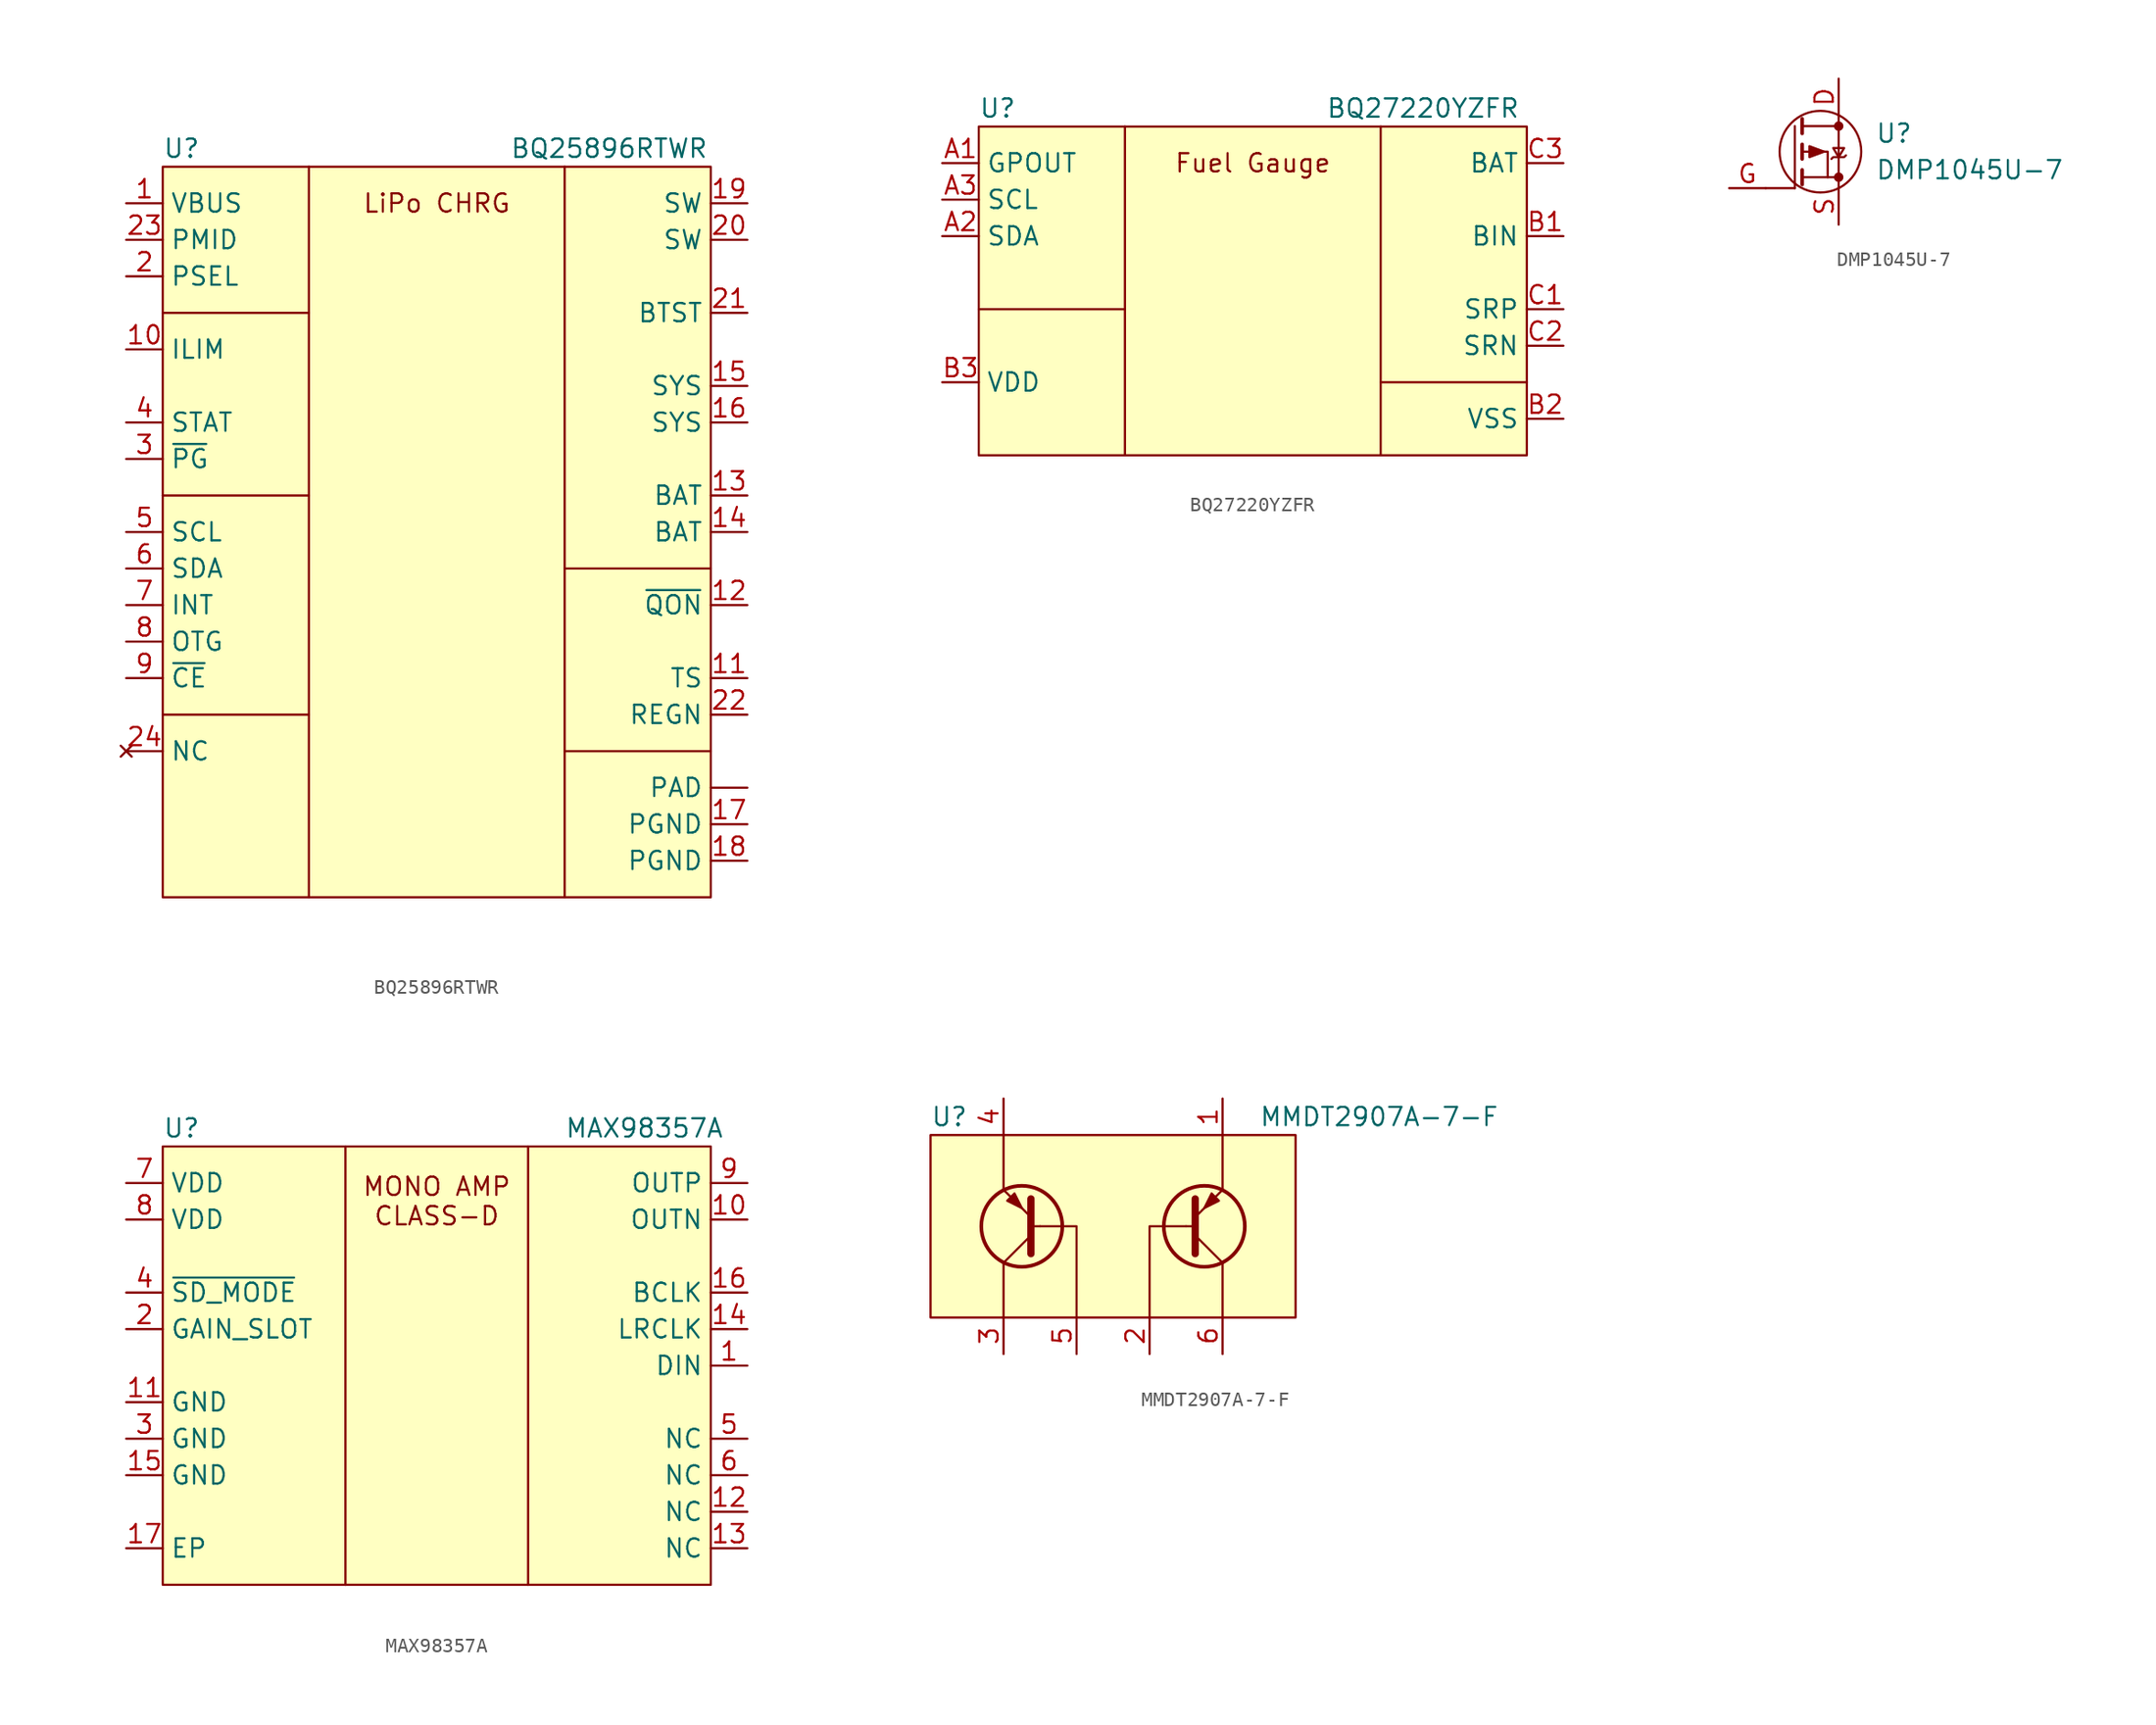
<source format=kicad_sym>
(kicad_symbol_lib
  (version 20231120)
  (generator "kicad_symbol_editor")
  (generator_version "8.0")
  (symbol "BQ25896RTWR"
    (property "Reference" "U"
      (at 0 1.27 0)
      (do_not_autoplace)
      (effects (font (size 1.27 1.27)) (justify left)))
    (property "Value" "BQ25896RTWR"
      (at 24.13 1.27 0)
      (do_not_autoplace)
      (effects (font (size 1.27 1.27)) (justify left)))
    (symbol "BQ25896RTWR_0_1"
      (polyline (pts (xy 0 -38.1) (xy 10.16 -38.1)) (stroke (width 0) (type default)) (fill (type none)))
      (polyline (pts (xy 0 -22.86) (xy 0 -22.86)) (stroke (width 0) (type default)) (fill (type none)))
      (polyline (pts (xy 0 -22.86) (xy 10.16 -22.86)) (stroke (width 0) (type default)) (fill (type none)))
      (polyline (pts (xy 0 -10.16) (xy 10.16 -10.16)) (stroke (width 0) (type default)) (fill (type none)))
      (polyline (pts (xy 10.16 0) (xy 10.16 -50.8)) (stroke (width 0) (type default)) (fill (type none)))
      (polyline (pts (xy 27.94 -50.8) (xy 27.94 0)) (stroke (width 0) (type default)) (fill (type none)))
      (polyline (pts (xy 38.1 -40.64) (xy 27.94 -40.64)) (stroke (width 0) (type default)) (fill (type none)))
      (polyline (pts (xy 38.1 -27.94) (xy 27.94 -27.94)) (stroke (width 0) (type default)) (fill (type none))))
    (symbol "BQ25896RTWR_1_1"
      (rectangle (start 0 0) (end 38.1 -50.8) (stroke (width 0) (type default)) (fill (type background)))
      (text "LiPo CHRG" (at 19.05 -2.54 0) (effects (font (size 1.27 1.27))))
      (pin unspecified line (at 40.64 -43.18 180) (length 2.54) (name "PAD" (effects (font (size 1.27 1.27)))) (number "" (effects (font (size 1.27 1.27)))))
      (pin unspecified line (at -2.54 -2.54 0) (length 2.54) (name "VBUS" (effects (font (size 1.27 1.27)))) (number "1" (effects (font (size 1.27 1.27)))))
      (pin unspecified line (at -2.54 -12.7 0) (length 2.54) (name "ILIM" (effects (font (size 1.27 1.27)))) (number "10" (effects (font (size 1.27 1.27)))))
      (pin unspecified line (at 40.64 -35.56 180) (length 2.54) (name "TS" (effects (font (size 1.27 1.27)))) (number "11" (effects (font (size 1.27 1.27)))))
      (pin unspecified line (at 40.64 -30.48 180) (length 2.54) (name "~{QON}" (effects (font (size 1.27 1.27)))) (number "12" (effects (font (size 1.27 1.27)))))
      (pin unspecified line (at 40.64 -22.86 180) (length 2.54) (name "BAT" (effects (font (size 1.27 1.27)))) (number "13" (effects (font (size 1.27 1.27)))))
      (pin unspecified line (at 40.64 -25.4 180) (length 2.54) (name "BAT" (effects (font (size 1.27 1.27)))) (number "14" (effects (font (size 1.27 1.27)))))
      (pin unspecified line (at 40.64 -15.24 180) (length 2.54) (name "SYS" (effects (font (size 1.27 1.27)))) (number "15" (effects (font (size 1.27 1.27)))))
      (pin unspecified line (at 40.64 -17.78 180) (length 2.54) (name "SYS" (effects (font (size 1.27 1.27)))) (number "16" (effects (font (size 1.27 1.27)))))
      (pin unspecified line (at 40.64 -45.72 180) (length 2.54) (name "PGND" (effects (font (size 1.27 1.27)))) (number "17" (effects (font (size 1.27 1.27)))))
      (pin unspecified line (at 40.64 -48.26 180) (length 2.54) (name "PGND" (effects (font (size 1.27 1.27)))) (number "18" (effects (font (size 1.27 1.27)))))
      (pin unspecified line (at 40.64 -2.54 180) (length 2.54) (name "SW" (effects (font (size 1.27 1.27)))) (number "19" (effects (font (size 1.27 1.27)))))
      (pin unspecified line (at -2.54 -7.62 0) (length 2.54) (name "PSEL" (effects (font (size 1.27 1.27)))) (number "2" (effects (font (size 1.27 1.27)))))
      (pin unspecified line (at 40.64 -5.08 180) (length 2.54) (name "SW" (effects (font (size 1.27 1.27)))) (number "20" (effects (font (size 1.27 1.27)))))
      (pin unspecified line (at 40.64 -10.16 180) (length 2.54) (name "BTST" (effects (font (size 1.27 1.27)))) (number "21" (effects (font (size 1.27 1.27)))))
      (pin unspecified line (at 40.64 -38.1 180) (length 2.54) (name "REGN" (effects (font (size 1.27 1.27)))) (number "22" (effects (font (size 1.27 1.27)))))
      (pin unspecified line (at -2.54 -5.08 0) (length 2.54) (name "PMID" (effects (font (size 1.27 1.27)))) (number "23" (effects (font (size 1.27 1.27)))))
      (pin no_connect line (at -2.54 -40.64 0) (length 2.54) (name "NC" (effects (font (size 1.27 1.27)))) (number "24" (effects (font (size 1.27 1.27)))))
      (pin unspecified line (at -2.54 -20.32 0) (length 2.54) (name "~{PG}" (effects (font (size 1.27 1.27)))) (number "3" (effects (font (size 1.27 1.27)))))
      (pin unspecified line (at -2.54 -17.78 0) (length 2.54) (name "STAT" (effects (font (size 1.27 1.27)))) (number "4" (effects (font (size 1.27 1.27)))))
      (pin unspecified line (at -2.54 -25.4 0) (length 2.54) (name "SCL" (effects (font (size 1.27 1.27)))) (number "5" (effects (font (size 1.27 1.27)))))
      (pin unspecified line (at -2.54 -27.94 0) (length 2.54) (name "SDA" (effects (font (size 1.27 1.27)))) (number "6" (effects (font (size 1.27 1.27)))))
      (pin unspecified line (at -2.54 -30.48 0) (length 2.54) (name "INT" (effects (font (size 1.27 1.27)))) (number "7" (effects (font (size 1.27 1.27)))))
      (pin unspecified line (at -2.54 -33.02 0) (length 2.54) (name "OTG" (effects (font (size 1.27 1.27)))) (number "8" (effects (font (size 1.27 1.27)))))
      (pin unspecified line (at -2.54 -35.56 0) (length 2.54) (name "~{CE}" (effects (font (size 1.27 1.27)))) (number "9" (effects (font (size 1.27 1.27)))))))
  (symbol "BQ27220YZFR"
    (property "Reference" "U"
      (at 0 1.27 0)
      (do_not_autoplace)
      (effects (font (size 1.27 1.27)) (justify left)))
    (property "Value" "BQ27220YZFR"
      (at 24.13 1.27 0)
      (do_not_autoplace)
      (effects (font (size 1.27 1.27)) (justify left)))
    (symbol "BQ27220YZFR_0_1"
      (polyline (pts (xy 10.16 -12.7) (xy 0 -12.7)) (stroke (width 0) (type default)) (fill (type none)))
      (polyline (pts (xy 10.16 0) (xy 10.16 -22.86)) (stroke (width 0) (type default)) (fill (type none)))
      (polyline (pts (xy 27.94 0) (xy 27.94 -22.86)) (stroke (width 0) (type default)) (fill (type none)))
      (polyline (pts (xy 38.1 -17.78) (xy 27.94 -17.78)) (stroke (width 0) (type default)) (fill (type none))))
    (symbol "BQ27220YZFR_1_1"
      (rectangle (start 0 0) (end 38.1 -22.86) (stroke (width 0) (type default)) (fill (type background)))
      (text "Fuel Gauge" (at 19.05 -2.54 0) (effects (font (size 1.27 1.27))))
      (pin unspecified line (at -2.54 -2.54 0) (length 2.54) (name "GPOUT" (effects (font (size 1.27 1.27)))) (number "A1" (effects (font (size 1.27 1.27)))))
      (pin unspecified line (at -2.54 -7.62 0) (length 2.54) (name "SDA" (effects (font (size 1.27 1.27)))) (number "A2" (effects (font (size 1.27 1.27)))))
      (pin unspecified line (at -2.54 -5.08 0) (length 2.54) (name "SCL" (effects (font (size 1.27 1.27)))) (number "A3" (effects (font (size 1.27 1.27)))))
      (pin unspecified line (at 40.64 -7.62 180) (length 2.54) (name "BIN" (effects (font (size 1.27 1.27)))) (number "B1" (effects (font (size 1.27 1.27)))))
      (pin unspecified line (at 40.64 -20.32 180) (length 2.54) (name "VSS" (effects (font (size 1.27 1.27)))) (number "B2" (effects (font (size 1.27 1.27)))))
      (pin unspecified line (at -2.54 -17.78 0) (length 2.54) (name "VDD" (effects (font (size 1.27 1.27)))) (number "B3" (effects (font (size 1.27 1.27)))))
      (pin unspecified line (at 40.64 -12.7 180) (length 2.54) (name "SRP" (effects (font (size 1.27 1.27)))) (number "C1" (effects (font (size 1.27 1.27)))))
      (pin unspecified line (at 40.64 -15.24 180) (length 2.54) (name "SRN" (effects (font (size 1.27 1.27)))) (number "C2" (effects (font (size 1.27 1.27)))))
      (pin unspecified line (at 40.64 -2.54 180) (length 2.54) (name "BAT" (effects (font (size 1.27 1.27)))) (number "C3" (effects (font (size 1.27 1.27)))))))
  (symbol "DMP1045U-7"
    (property "Reference" "U"
      (at 3.81 1.27 0)
      (effects (font (size 1.27 1.27)) (justify left)))
    (property "Value" "DMP1045U-7"
      (at 3.81 -1.27 0)
      (effects (font (size 1.27 1.27)) (justify left)))
    (symbol "DMP1045U-7_0_1"
      (polyline (pts (xy -1.778 -2.54) (xy -3.81 -2.54)) (stroke (width 0) (type default)) (fill (type none)))
      (polyline (pts (xy -1.778 1.778) (xy -1.778 -2.54)) (stroke (width 0) (type default)) (fill (type none)))
      (polyline (pts (xy -1.27 -1.27) (xy -1.27 -2.286)) (stroke (width 0.254) (type default)) (fill (type none)))
      (polyline (pts (xy -1.27 0.508) (xy -1.27 -0.508)) (stroke (width 0.254) (type default)) (fill (type none)))
      (polyline (pts (xy -1.27 2.286) (xy -1.27 1.27)) (stroke (width 0.254) (type default)) (fill (type none)))
      (polyline (pts (xy 1.27 -1.778) (xy 1.27 -2.54)) (stroke (width 0) (type default)) (fill (type none)))
      (polyline (pts (xy 1.27 2.54) (xy 1.27 1.778)) (stroke (width 0) (type default)) (fill (type none)))
      (polyline (pts (xy 0.508 -1.778) (xy 0.508 0) (xy -1.27 0)) (stroke (width 0) (type default)) (fill (type none)))
      (polyline (pts (xy -1.27 1.778) (xy 1.27 1.778) (xy 1.27 -1.778) (xy -1.27 -1.778)) (stroke (width 0) (type default)) (fill (type none)))
      (polyline (pts (xy 0.254 0) (xy -0.762 0.381) (xy -0.762 -0.381) (xy 0.254 0)) (stroke (width 0) (type default)) (fill (type outline)))
      (polyline (pts (xy 0.762 -0.508) (xy 0.889 -0.381) (xy 1.651 -0.381) (xy 1.778 -0.254)) (stroke (width 0) (type default)) (fill (type none)))
      (polyline (pts (xy 1.27 -0.381) (xy 0.889 0.254) (xy 1.651 0.254) (xy 1.27 -0.381)) (stroke (width 0) (type default)) (fill (type none)))
      (circle (center 0 0) (radius 2.84) (stroke (width 0) (type default)) (fill (type none)))
      (circle (center 1.27 -1.778) (radius 0.254) (stroke (width 0) (type default)) (fill (type outline)))
      (circle (center 1.27 1.778) (radius 0.254) (stroke (width 0) (type default)) (fill (type outline))))
    (symbol "DMP1045U-7_1_1"
      (pin unspecified line (at 1.27 5.08 270) (length 2.54) (name "" (effects (font (size 1.27 1.27)))) (number "D" (effects (font (size 1.27 1.27)))))
      (pin unspecified line (at -6.35 -2.54 0) (length 2.54) (name "" (effects (font (size 1.27 1.27)))) (number "G" (effects (font (size 1.27 1.27)))))
      (pin unspecified line (at 1.27 -5.08 90) (length 2.54) (name "" (effects (font (size 1.27 1.27)))) (number "S" (effects (font (size 1.27 1.27)))))))
  (symbol "MAX98357A"
    (property "Reference" "U"
      (at 0 1.27 0)
      (do_not_autoplace)
      (effects (font (size 1.27 1.27)) (justify left)))
    (property "Value" "MAX98357A"
      (at 27.94 1.27 0)
      (do_not_autoplace)
      (effects (font (size 1.27 1.27)) (justify left)))
    (symbol "MAX98357A_1_1"
      (polyline (pts (xy 12.7 -30.48) (xy 12.7 0)) (stroke (width 0) (type default)) (fill (type none)))
      (polyline (pts (xy 25.4 0) (xy 25.4 -30.48)) (stroke (width 0) (type default)) (fill (type none)))
      (rectangle (start 0 0) (end 38.1 -30.48) (stroke (width 0) (type default)) (fill (type background)))
      (text "MONO AMP\nCLASS-D" (at 19.05 -3.81 0) (effects (font (size 1.27 1.27))))
      (pin unspecified line (at 40.64 -15.24 180) (length 2.54) (name "DIN" (effects (font (size 1.27 1.27)))) (number "1" (effects (font (size 1.27 1.27)))))
      (pin unspecified line (at 40.64 -5.08 180) (length 2.54) (name "OUTN" (effects (font (size 1.27 1.27)))) (number "10" (effects (font (size 1.27 1.27)))))
      (pin unspecified line (at -2.54 -17.78 0) (length 2.54) (name "GND" (effects (font (size 1.27 1.27)))) (number "11" (effects (font (size 1.27 1.27)))))
      (pin unspecified line (at 40.64 -25.4 180) (length 2.54) (name "NC" (effects (font (size 1.27 1.27)))) (number "12" (effects (font (size 1.27 1.27)))))
      (pin unspecified line (at 40.64 -27.94 180) (length 2.54) (name "NC" (effects (font (size 1.27 1.27)))) (number "13" (effects (font (size 1.27 1.27)))))
      (pin unspecified line (at 40.64 -12.7 180) (length 2.54) (name "LRCLK" (effects (font (size 1.27 1.27)))) (number "14" (effects (font (size 1.27 1.27)))))
      (pin unspecified line (at -2.54 -22.86 0) (length 2.54) (name "GND" (effects (font (size 1.27 1.27)))) (number "15" (effects (font (size 1.27 1.27)))))
      (pin unspecified line (at 40.64 -10.16 180) (length 2.54) (name "BCLK" (effects (font (size 1.27 1.27)))) (number "16" (effects (font (size 1.27 1.27)))))
      (pin input line (at -2.54 -27.94 0) (length 2.54) (name "EP" (effects (font (size 1.27 1.27)))) (number "17" (effects (font (size 1.27 1.27)))))
      (pin unspecified line (at -2.54 -12.7 0) (length 2.54) (name "GAIN_SLOT" (effects (font (size 1.27 1.27)))) (number "2" (effects (font (size 1.27 1.27)))))
      (pin unspecified line (at -2.54 -20.32 0) (length 2.54) (name "GND" (effects (font (size 1.27 1.27)))) (number "3" (effects (font (size 1.27 1.27)))))
      (pin unspecified line (at -2.54 -10.16 0) (length 2.54) (name "~{SD_MODE}" (effects (font (size 1.27 1.27)))) (number "4" (effects (font (size 1.27 1.27)))))
      (pin unspecified line (at 40.64 -20.32 180) (length 2.54) (name "NC" (effects (font (size 1.27 1.27)))) (number "5" (effects (font (size 1.27 1.27)))))
      (pin unspecified line (at 40.64 -22.86 180) (length 2.54) (name "NC" (effects (font (size 1.27 1.27)))) (number "6" (effects (font (size 1.27 1.27)))))
      (pin unspecified line (at -2.54 -2.54 0) (length 2.54) (name "VDD" (effects (font (size 1.27 1.27)))) (number "7" (effects (font (size 1.27 1.27)))))
      (pin unspecified line (at -2.54 -5.08 0) (length 2.54) (name "VDD" (effects (font (size 1.27 1.27)))) (number "8" (effects (font (size 1.27 1.27)))))
      (pin unspecified line (at 40.64 -2.54 180) (length 2.54) (name "OUTP" (effects (font (size 1.27 1.27)))) (number "9" (effects (font (size 1.27 1.27)))))))
  (symbol "MMDT2907A-7-F"
    (property "Reference" "U"
      (at 0 1.27 0)
      (do_not_autoplace)
      (effects (font (size 1.27 1.27)) (justify left)))
    (property "Value" "MMDT2907A-7-F"
      (at 22.86 1.27 0)
      (do_not_autoplace)
      (effects (font (size 1.27 1.27)) (justify left)))
    (symbol "MMDT2907A-7-F_0_1"
      (polyline (pts (xy 5.08 -12.7) (xy 5.08 -8.89)) (stroke (width 0) (type default)) (fill (type none)))
      (polyline (pts (xy 5.08 -3.81) (xy 5.08 0)) (stroke (width 0) (type default)) (fill (type none)))
      (polyline (pts (xy 6.985 -6.985) (xy 5.08 -8.89)) (stroke (width 0) (type default)) (fill (type none)))
      (polyline (pts (xy 7.62 -6.35) (xy 6.985 -6.35)) (stroke (width 0) (type default)) (fill (type none)))
      (polyline (pts (xy 17.78 -6.35) (xy 18.415 -6.35)) (stroke (width 0) (type default)) (fill (type none)))
      (polyline (pts (xy 18.415 -6.985) (xy 20.32 -8.89)) (stroke (width 0) (type default)) (fill (type none)))
      (polyline (pts (xy 20.32 -8.89) (xy 20.32 -12.7)) (stroke (width 0) (type default)) (fill (type none)))
      (polyline (pts (xy 20.32 -3.81) (xy 20.32 0)) (stroke (width 0) (type default)) (fill (type none)))
      (polyline (pts (xy 6.985 -8.255) (xy 6.985 -4.445) (xy 6.985 -4.445)) (stroke (width 0.508) (type default)) (fill (type none)))
      (polyline (pts (xy 6.985 -5.715) (xy 5.08 -3.81) (xy 5.08 -3.81)) (stroke (width 0) (type default)) (fill (type none)))
      (polyline (pts (xy 10.16 -12.7) (xy 10.16 -6.35) (xy 7.62 -6.35)) (stroke (width 0) (type default)) (fill (type none)))
      (polyline (pts (xy 17.78 -6.35) (xy 15.24 -6.35) (xy 15.24 -12.7)) (stroke (width 0) (type default)) (fill (type none)))
      (polyline (pts (xy 18.415 -8.255) (xy 18.415 -4.445) (xy 18.415 -4.445)) (stroke (width 0.508) (type default)) (fill (type none)))
      (polyline (pts (xy 18.415 -5.715) (xy 20.32 -3.81) (xy 20.32 -3.81)) (stroke (width 0) (type default)) (fill (type none)))
      (polyline (pts (xy 5.334 -4.572) (xy 5.842 -4.064) (xy 6.35 -5.08) (xy 5.334 -4.572) (xy 5.334 -4.572)) (stroke (width 0) (type default)) (fill (type outline)))
      (polyline (pts (xy 20.066 -4.572) (xy 19.558 -4.064) (xy 19.05 -5.08) (xy 20.066 -4.572) (xy 20.066 -4.572)) (stroke (width 0) (type default)) (fill (type outline)))
      (circle (center 6.35 -6.35) (radius 2.819) (stroke (width 0.254) (type default)) (fill (type none)))
      (circle (center 19.05 -6.35) (radius 2.819) (stroke (width 0.254) (type default)) (fill (type none))))
    (symbol "MMDT2907A-7-F_1_1"
      (rectangle (start 0 0) (end 25.4 -12.7) (stroke (width 0) (type default)) (fill (type background)))
      (pin unspecified line (at 20.32 2.54 270) (length 2.54) (name "" (effects (font (size 1.27 1.27)))) (number "1" (effects (font (size 1.27 1.27)))))
      (pin unspecified line (at 15.24 -15.24 90) (length 2.54) (name "" (effects (font (size 1.27 1.27)))) (number "2" (effects (font (size 1.27 1.27)))))
      (pin unspecified line (at 5.08 -15.24 90) (length 2.54) (name "" (effects (font (size 1.27 1.27)))) (number "3" (effects (font (size 1.27 1.27)))))
      (pin unspecified line (at 5.08 2.54 270) (length 2.54) (name "" (effects (font (size 1.27 1.27)))) (number "4" (effects (font (size 1.27 1.27)))))
      (pin unspecified line (at 10.16 -15.24 90) (length 2.54) (name "" (effects (font (size 1.27 1.27)))) (number "5" (effects (font (size 1.27 1.27)))))
      (pin unspecified line (at 20.32 -15.24 90) (length 2.54) (name "" (effects (font (size 1.27 1.27)))) (number "6" (effects (font (size 1.27 1.27))))))))
</source>
